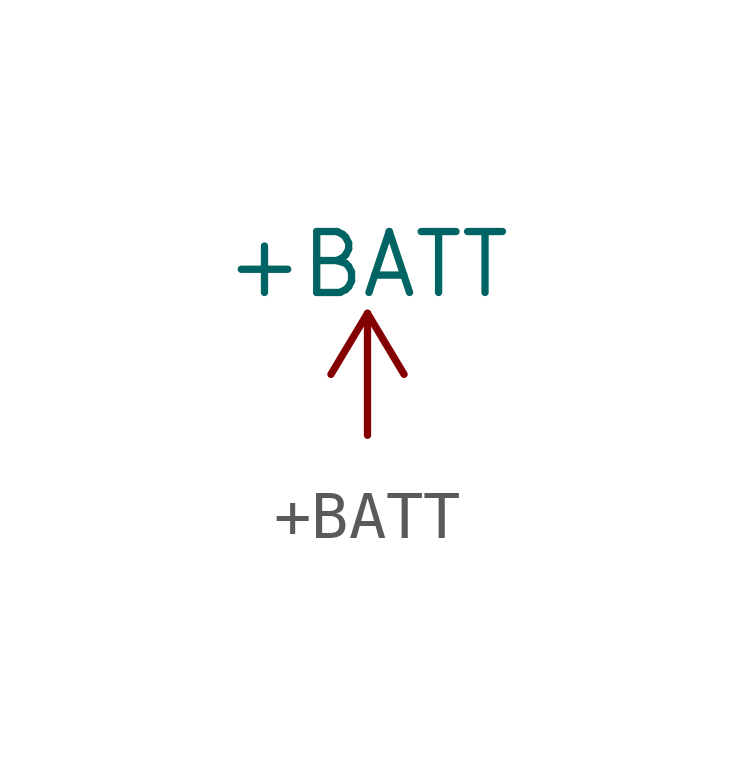
<source format=kicad_sym>
(kicad_symbol_lib
  (version 20220914)
  (generator kicad_symbol_editor)
  (symbol "+BATT"
    (power)
    (pin_names
      (offset 0))
    (property "Reference" "#PWR"
      (at 0 -3.81 0)
      (effects (font (size 1.27 1.27)) hide))
    (property "Value" "+BATT"
      (at 0 3.556 0)
      (effects (font (size 1.27 1.27))))
    (symbol "+BATT_0_1"
      (polyline (pts (xy -0.762 1.27) (xy 0 2.54)) (stroke (width 0) (type default)) (fill (type none)))
      (polyline (pts (xy 0 0) (xy 0 2.54)) (stroke (width 0) (type default)) (fill (type none)))
      (polyline (pts (xy 0 2.54) (xy 0.762 1.27)) (stroke (width 0) (type default)) (fill (type none))))
    (symbol "+BATT_1_1"
      (pin power_in line (at 0 0 90) (length 0) hide (name "+BATT" (effects (font (size 1.27 1.27)))) (number "1" (effects (font (size 1.27 1.27))))))))
</source>
